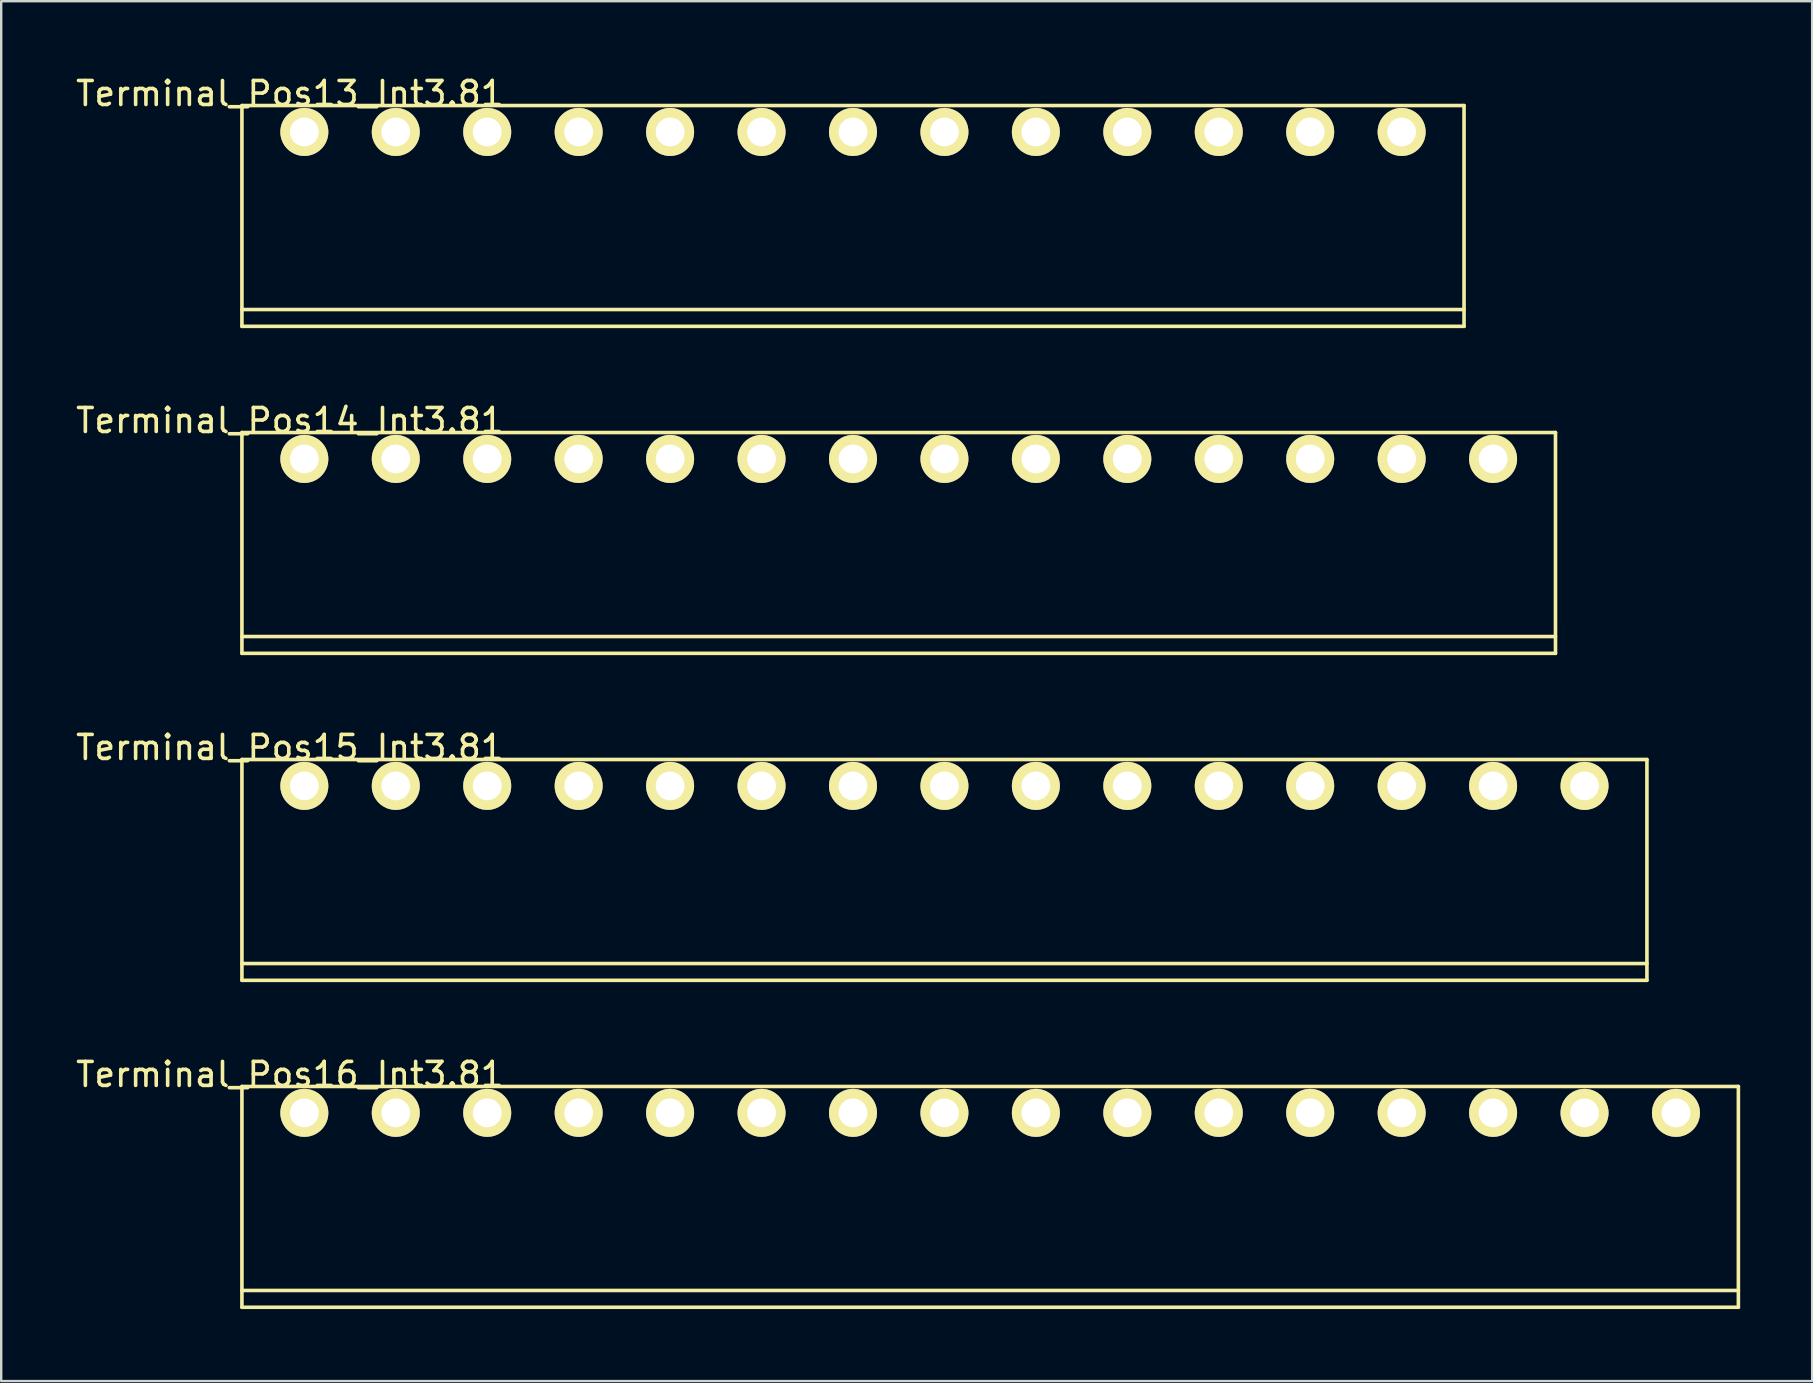
<source format=kicad_pcb>
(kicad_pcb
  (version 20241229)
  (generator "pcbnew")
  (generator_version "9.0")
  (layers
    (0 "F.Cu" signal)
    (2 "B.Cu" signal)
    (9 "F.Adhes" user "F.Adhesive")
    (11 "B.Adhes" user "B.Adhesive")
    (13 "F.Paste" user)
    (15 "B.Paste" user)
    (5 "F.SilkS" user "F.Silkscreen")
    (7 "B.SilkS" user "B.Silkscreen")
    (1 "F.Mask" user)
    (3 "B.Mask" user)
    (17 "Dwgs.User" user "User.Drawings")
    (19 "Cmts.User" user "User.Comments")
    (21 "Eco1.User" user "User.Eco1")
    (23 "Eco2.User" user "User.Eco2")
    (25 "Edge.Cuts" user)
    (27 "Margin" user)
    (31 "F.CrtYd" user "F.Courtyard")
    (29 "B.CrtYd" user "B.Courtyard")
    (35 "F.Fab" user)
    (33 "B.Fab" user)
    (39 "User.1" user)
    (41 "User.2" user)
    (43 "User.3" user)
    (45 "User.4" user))
  (footprint "Terminal_Pos16_Int3.81"
    (layer "F.Cu")
    (at 7.03 42.218)
    (property "Reference" "Terminal_Pos16_Int3.81" (at 2 -0.5 0) (layer "F.SilkS") (effects (font (size 1 1) (thickness 0.15))))
    (attr through_hole)
    (fp_line (start 0 0) (end 0 9.2) (stroke (width 0.15) (type solid)) (layer "F.SilkS"))
    (fp_line (start 0 0) (end 62.35 0) (stroke (width 0.15) (type solid)) (layer "F.SilkS"))
    (fp_line (start 0 8.5) (end 62.35 8.5) (stroke (width 0.15) (type solid)) (layer "F.SilkS"))
    (fp_line (start 0 9.2) (end 62.35 9.2) (stroke (width 0.15) (type solid)) (layer "F.SilkS"))
    (fp_line (start 62.35 0) (end 62.35 9.2) (stroke (width 0.15) (type solid)) (layer "F.SilkS"))
    (pad "1" thru_hole circle (at 2.6 1.1) (size 2 2) (drill 1.2) (layers "*.Cu" "*.Mask" "F.SilkS"))
    (pad "2" thru_hole circle (at 6.41 1.1) (size 2 2) (drill 1.2) (layers "*.Cu" "*.Mask" "F.SilkS"))
    (pad "3" thru_hole circle (at 10.22 1.1) (size 2 2) (drill 1.2) (layers "*.Cu" "*.Mask" "F.SilkS"))
    (pad "4" thru_hole circle (at 14.03 1.1) (size 2 2) (drill 1.2) (layers "*.Cu" "*.Mask" "F.SilkS"))
    (pad "5" thru_hole circle (at 17.84 1.1) (size 2 2) (drill 1.2) (layers "*.Cu" "*.Mask" "F.SilkS"))
    (pad "6" thru_hole circle (at 21.65 1.1) (size 2 2) (drill 1.2) (layers "*.Cu" "*.Mask" "F.SilkS"))
    (pad "7" thru_hole circle (at 25.46 1.1) (size 2 2) (drill 1.2) (layers "*.Cu" "*.Mask" "F.SilkS"))
    (pad "8" thru_hole circle (at 29.27 1.1) (size 2 2) (drill 1.2) (layers "*.Cu" "*.Mask" "F.SilkS"))
    (pad "9" thru_hole circle (at 33.08 1.1) (size 2 2) (drill 1.2) (layers "*.Cu" "*.Mask" "F.SilkS"))
    (pad "10" thru_hole circle (at 36.89 1.1) (size 2 2) (drill 1.2) (layers "*.Cu" "*.Mask" "F.SilkS"))
    (pad "11" thru_hole circle (at 40.7 1.1) (size 2 2) (drill 1.2) (layers "*.Cu" "*.Mask" "F.SilkS"))
    (pad "12" thru_hole circle (at 44.51 1.1) (size 2 2) (drill 1.2) (layers "*.Cu" "*.Mask" "F.SilkS"))
    (pad "13" thru_hole circle (at 48.32 1.1) (size 2 2) (drill 1.2) (layers "*.Cu" "*.Mask" "F.SilkS"))
    (pad "14" thru_hole circle (at 52.13 1.1) (size 2 2) (drill 1.2) (layers "*.Cu" "*.Mask" "F.SilkS"))
    (pad "15" thru_hole circle (at 55.94 1.1) (size 2 2) (drill 1.2) (layers "*.Cu" "*.Mask" "F.SilkS"))
    (pad "16" thru_hole circle (at 59.75 1.1) (size 2 2) (drill 1.2) (layers "*.Cu" "*.Mask" "F.SilkS")))
  (footprint "Terminal_Pos14_Int3.81"
    (layer "F.Cu")
    (at 7.03 14.972)
    (property "Reference" "Terminal_Pos14_Int3.81" (at 2 -0.5 0) (layer "F.SilkS") (effects (font (size 1 1) (thickness 0.15))))
    (attr through_hole)
    (fp_line (start 0 0) (end 0 9.2) (stroke (width 0.15) (type solid)) (layer "F.SilkS"))
    (fp_line (start 0 0) (end 54.73 0) (stroke (width 0.15) (type solid)) (layer "F.SilkS"))
    (fp_line (start 0 8.5) (end 54.73 8.5) (stroke (width 0.15) (type solid)) (layer "F.SilkS"))
    (fp_line (start 0 9.2) (end 54.73 9.2) (stroke (width 0.15) (type solid)) (layer "F.SilkS"))
    (fp_line (start 54.73 0) (end 54.73 9.2) (stroke (width 0.15) (type solid)) (layer "F.SilkS"))
    (pad "1" thru_hole circle (at 2.6 1.1) (size 2 2) (drill 1.2) (layers "*.Cu" "*.Mask" "F.SilkS"))
    (pad "2" thru_hole circle (at 6.41 1.1) (size 2 2) (drill 1.2) (layers "*.Cu" "*.Mask" "F.SilkS"))
    (pad "3" thru_hole circle (at 10.22 1.1) (size 2 2) (drill 1.2) (layers "*.Cu" "*.Mask" "F.SilkS"))
    (pad "4" thru_hole circle (at 14.03 1.1) (size 2 2) (drill 1.2) (layers "*.Cu" "*.Mask" "F.SilkS"))
    (pad "5" thru_hole circle (at 17.84 1.1) (size 2 2) (drill 1.2) (layers "*.Cu" "*.Mask" "F.SilkS"))
    (pad "6" thru_hole circle (at 21.65 1.1) (size 2 2) (drill 1.2) (layers "*.Cu" "*.Mask" "F.SilkS"))
    (pad "7" thru_hole circle (at 25.46 1.1) (size 2 2) (drill 1.2) (layers "*.Cu" "*.Mask" "F.SilkS"))
    (pad "8" thru_hole circle (at 29.27 1.1) (size 2 2) (drill 1.2) (layers "*.Cu" "*.Mask" "F.SilkS"))
    (pad "9" thru_hole circle (at 33.08 1.1) (size 2 2) (drill 1.2) (layers "*.Cu" "*.Mask" "F.SilkS"))
    (pad "10" thru_hole circle (at 36.89 1.1) (size 2 2) (drill 1.2) (layers "*.Cu" "*.Mask" "F.SilkS"))
    (pad "11" thru_hole circle (at 40.7 1.1) (size 2 2) (drill 1.2) (layers "*.Cu" "*.Mask" "F.SilkS"))
    (pad "12" thru_hole circle (at 44.51 1.1) (size 2 2) (drill 1.2) (layers "*.Cu" "*.Mask" "F.SilkS"))
    (pad "13" thru_hole circle (at 48.32 1.1) (size 2 2) (drill 1.2) (layers "*.Cu" "*.Mask" "F.SilkS"))
    (pad "14" thru_hole circle (at 52.13 1.1) (size 2 2) (drill 1.2) (layers "*.Cu" "*.Mask" "F.SilkS")))
  (footprint "Terminal_Pos15_Int3.81"
    (layer "F.Cu")
    (at 7.03 28.595)
    (property "Reference" "Terminal_Pos15_Int3.81" (at 2 -0.5 0) (layer "F.SilkS") (effects (font (size 1 1) (thickness 0.15))))
    (attr through_hole)
    (fp_line (start 0 0) (end 0 9.2) (stroke (width 0.15) (type solid)) (layer "F.SilkS"))
    (fp_line (start 0 0) (end 58.54 0) (stroke (width 0.15) (type solid)) (layer "F.SilkS"))
    (fp_line (start 0 8.5) (end 58.54 8.5) (stroke (width 0.15) (type solid)) (layer "F.SilkS"))
    (fp_line (start 0 9.2) (end 58.54 9.2) (stroke (width 0.15) (type solid)) (layer "F.SilkS"))
    (fp_line (start 58.54 0) (end 58.54 9.2) (stroke (width 0.15) (type solid)) (layer "F.SilkS"))
    (pad "1" thru_hole circle (at 2.6 1.1) (size 2 2) (drill 1.2) (layers "*.Cu" "*.Mask" "F.SilkS"))
    (pad "2" thru_hole circle (at 6.41 1.1) (size 2 2) (drill 1.2) (layers "*.Cu" "*.Mask" "F.SilkS"))
    (pad "3" thru_hole circle (at 10.22 1.1) (size 2 2) (drill 1.2) (layers "*.Cu" "*.Mask" "F.SilkS"))
    (pad "4" thru_hole circle (at 14.03 1.1) (size 2 2) (drill 1.2) (layers "*.Cu" "*.Mask" "F.SilkS"))
    (pad "5" thru_hole circle (at 17.84 1.1) (size 2 2) (drill 1.2) (layers "*.Cu" "*.Mask" "F.SilkS"))
    (pad "6" thru_hole circle (at 21.65 1.1) (size 2 2) (drill 1.2) (layers "*.Cu" "*.Mask" "F.SilkS"))
    (pad "7" thru_hole circle (at 25.46 1.1) (size 2 2) (drill 1.2) (layers "*.Cu" "*.Mask" "F.SilkS"))
    (pad "8" thru_hole circle (at 29.27 1.1) (size 2 2) (drill 1.2) (layers "*.Cu" "*.Mask" "F.SilkS"))
    (pad "9" thru_hole circle (at 33.08 1.1) (size 2 2) (drill 1.2) (layers "*.Cu" "*.Mask" "F.SilkS"))
    (pad "10" thru_hole circle (at 36.89 1.1) (size 2 2) (drill 1.2) (layers "*.Cu" "*.Mask" "F.SilkS"))
    (pad "11" thru_hole circle (at 40.7 1.1) (size 2 2) (drill 1.2) (layers "*.Cu" "*.Mask" "F.SilkS"))
    (pad "12" thru_hole circle (at 44.51 1.1) (size 2 2) (drill 1.2) (layers "*.Cu" "*.Mask" "F.SilkS"))
    (pad "13" thru_hole circle (at 48.32 1.1) (size 2 2) (drill 1.2) (layers "*.Cu" "*.Mask" "F.SilkS"))
    (pad "14" thru_hole circle (at 52.13 1.1) (size 2 2) (drill 1.2) (layers "*.Cu" "*.Mask" "F.SilkS"))
    (pad "15" thru_hole circle (at 55.94 1.1) (size 2 2) (drill 1.2) (layers "*.Cu" "*.Mask" "F.SilkS")))
  (footprint "Terminal_Pos13_Int3.81"
    (layer "F.Cu")
    (at 7.03 1.348)
    (property "Reference" "Terminal_Pos13_Int3.81" (at 2 -0.5 0) (layer "F.SilkS") (effects (font (size 1 1) (thickness 0.15))))
    (attr through_hole)
    (fp_line (start 0 0) (end 0 9.2) (stroke (width 0.15) (type solid)) (layer "F.SilkS"))
    (fp_line (start 0 0) (end 50.92 0) (stroke (width 0.15) (type solid)) (layer "F.SilkS"))
    (fp_line (start 0 8.5) (end 50.92 8.5) (stroke (width 0.15) (type solid)) (layer "F.SilkS"))
    (fp_line (start 0 9.2) (end 50.92 9.2) (stroke (width 0.15) (type solid)) (layer "F.SilkS"))
    (fp_line (start 50.92 0) (end 50.92 9.2) (stroke (width 0.15) (type solid)) (layer "F.SilkS"))
    (pad "1" thru_hole circle (at 2.6 1.1) (size 2 2) (drill 1.2) (layers "*.Cu" "*.Mask" "F.SilkS"))
    (pad "2" thru_hole circle (at 6.41 1.1) (size 2 2) (drill 1.2) (layers "*.Cu" "*.Mask" "F.SilkS"))
    (pad "3" thru_hole circle (at 10.22 1.1) (size 2 2) (drill 1.2) (layers "*.Cu" "*.Mask" "F.SilkS"))
    (pad "4" thru_hole circle (at 14.03 1.1) (size 2 2) (drill 1.2) (layers "*.Cu" "*.Mask" "F.SilkS"))
    (pad "5" thru_hole circle (at 17.84 1.1) (size 2 2) (drill 1.2) (layers "*.Cu" "*.Mask" "F.SilkS"))
    (pad "6" thru_hole circle (at 21.65 1.1) (size 2 2) (drill 1.2) (layers "*.Cu" "*.Mask" "F.SilkS"))
    (pad "7" thru_hole circle (at 25.46 1.1) (size 2 2) (drill 1.2) (layers "*.Cu" "*.Mask" "F.SilkS"))
    (pad "8" thru_hole circle (at 29.27 1.1) (size 2 2) (drill 1.2) (layers "*.Cu" "*.Mask" "F.SilkS"))
    (pad "9" thru_hole circle (at 33.08 1.1) (size 2 2) (drill 1.2) (layers "*.Cu" "*.Mask" "F.SilkS"))
    (pad "10" thru_hole circle (at 36.89 1.1) (size 2 2) (drill 1.2) (layers "*.Cu" "*.Mask" "F.SilkS"))
    (pad "11" thru_hole circle (at 40.7 1.1) (size 2 2) (drill 1.2) (layers "*.Cu" "*.Mask" "F.SilkS"))
    (pad "12" thru_hole circle (at 44.51 1.1) (size 2 2) (drill 1.2) (layers "*.Cu" "*.Mask" "F.SilkS"))
    (pad "13" thru_hole circle (at 48.32 1.1) (size 2 2) (drill 1.2) (layers "*.Cu" "*.Mask" "F.SilkS")))
  (gr_rect
    (start -3 -3)
    (end 72.455 54.493)
    (stroke (width 0.1) (type default))
    (fill no)
    (layer "Edge.Cuts")))
</source>
